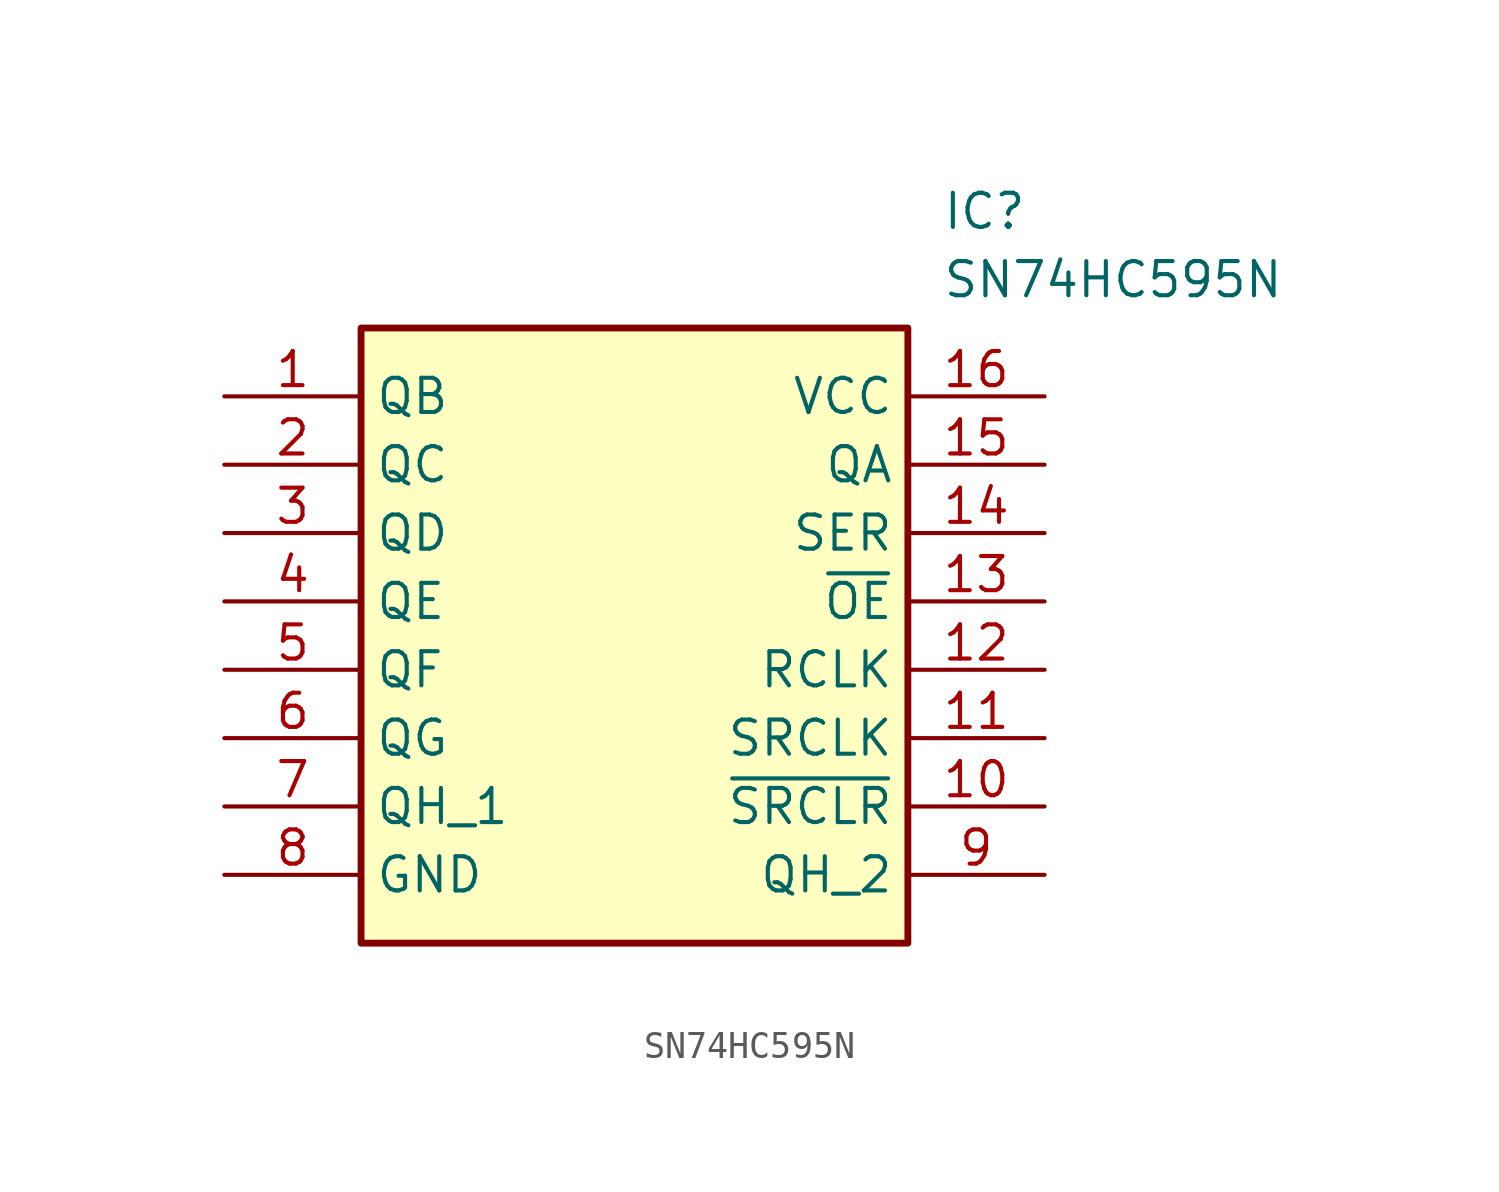
<source format=kicad_sym>
(kicad_symbol_lib
  (version 20231120)
  (generator "kicad_symbol_editor")
  (generator_version "8.0")
  (symbol "SN74HC595N"
    (property "Reference" "IC"
      (at 26.67 7.62 0)
      (effects (font (size 1.27 1.27)) (justify left top)))
    (property "Value" "SN74HC595N"
      (at 26.67 5.08 0)
      (effects (font (size 1.27 1.27)) (justify left top)))
    (symbol "SN74HC595N_1_1"
      (rectangle (start 5.08 2.54) (end 25.4 -20.32) (stroke (width 0.254) (type default)) (fill (type background)))
      (pin passive line (at 0 0 0) (length 5.08) (name "QB" (effects (font (size 1.27 1.27)))) (number "1" (effects (font (size 1.27 1.27)))))
      (pin passive line (at 30.48 -15.24 180) (length 5.08) (name "~{SRCLR}" (effects (font (size 1.27 1.27)))) (number "10" (effects (font (size 1.27 1.27)))))
      (pin input line (at 30.48 -12.7 180) (length 5.08) (name "SRCLK" (effects (font (size 1.27 1.27)))) (number "11" (effects (font (size 1.27 1.27)))))
      (pin input line (at 30.48 -10.16 180) (length 5.08) (name "RCLK" (effects (font (size 1.27 1.27)))) (number "12" (effects (font (size 1.27 1.27)))))
      (pin passive line (at 30.48 -7.62 180) (length 5.08) (name "~{OE}" (effects (font (size 1.27 1.27)))) (number "13" (effects (font (size 1.27 1.27)))))
      (pin passive line (at 30.48 -5.08 180) (length 5.08) (name "SER" (effects (font (size 1.27 1.27)))) (number "14" (effects (font (size 1.27 1.27)))))
      (pin passive line (at 30.48 -2.54 180) (length 5.08) (name "QA" (effects (font (size 1.27 1.27)))) (number "15" (effects (font (size 1.27 1.27)))))
      (pin power_in line (at 30.48 0 180) (length 5.08) (name "VCC" (effects (font (size 1.27 1.27)))) (number "16" (effects (font (size 1.27 1.27)))))
      (pin passive line (at 0 -2.54 0) (length 5.08) (name "QC" (effects (font (size 1.27 1.27)))) (number "2" (effects (font (size 1.27 1.27)))))
      (pin passive line (at 0 -5.08 0) (length 5.08) (name "QD" (effects (font (size 1.27 1.27)))) (number "3" (effects (font (size 1.27 1.27)))))
      (pin passive line (at 0 -7.62 0) (length 5.08) (name "QE" (effects (font (size 1.27 1.27)))) (number "4" (effects (font (size 1.27 1.27)))))
      (pin passive line (at 0 -10.16 0) (length 5.08) (name "QF" (effects (font (size 1.27 1.27)))) (number "5" (effects (font (size 1.27 1.27)))))
      (pin passive line (at 0 -12.7 0) (length 5.08) (name "QG" (effects (font (size 1.27 1.27)))) (number "6" (effects (font (size 1.27 1.27)))))
      (pin passive line (at 0 -15.24 0) (length 5.08) (name "QH_1" (effects (font (size 1.27 1.27)))) (number "7" (effects (font (size 1.27 1.27)))))
      (pin power_in line (at 0 -17.78 0) (length 5.08) (name "GND" (effects (font (size 1.27 1.27)))) (number "8" (effects (font (size 1.27 1.27)))))
      (pin passive line (at 30.48 -17.78 180) (length 5.08) (name "QH_2" (effects (font (size 1.27 1.27)))) (number "9" (effects (font (size 1.27 1.27))))))))
</source>
